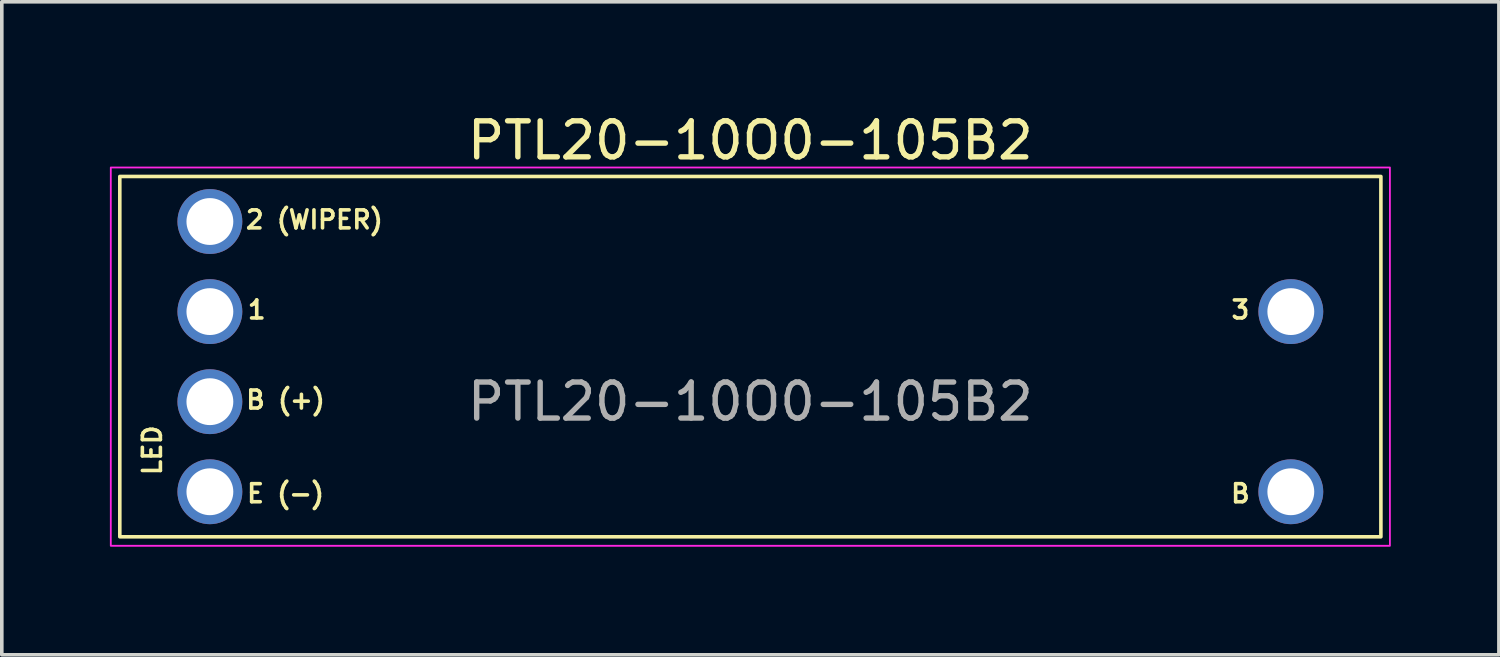
<source format=kicad_pcb>
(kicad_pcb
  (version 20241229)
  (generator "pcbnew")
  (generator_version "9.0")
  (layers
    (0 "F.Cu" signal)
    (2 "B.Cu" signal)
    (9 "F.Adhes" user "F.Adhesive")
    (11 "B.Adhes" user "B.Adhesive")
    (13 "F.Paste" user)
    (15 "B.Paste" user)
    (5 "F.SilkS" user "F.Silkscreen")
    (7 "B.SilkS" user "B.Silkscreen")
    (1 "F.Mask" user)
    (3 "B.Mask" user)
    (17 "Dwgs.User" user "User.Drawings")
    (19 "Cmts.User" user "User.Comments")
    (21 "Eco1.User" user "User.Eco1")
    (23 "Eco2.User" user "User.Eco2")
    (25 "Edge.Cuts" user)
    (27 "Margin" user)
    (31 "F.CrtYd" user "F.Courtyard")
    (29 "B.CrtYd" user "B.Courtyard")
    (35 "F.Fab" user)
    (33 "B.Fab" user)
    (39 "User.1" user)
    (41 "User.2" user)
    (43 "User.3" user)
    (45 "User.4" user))
  (footprint "PTL20-10O0-105B2"
    (layer "F.Cu")
    (at 17.775 6.848)
    (property "Reference" "PTL20-10O0-105B2" (at 0 -6 0) (unlocked yes) (layer "F.SilkS") (effects (font (size 1 1) (thickness 0.15))))
    (attr through_hole)
    (fp_rect (start -17.5 -5) (end 17.5 5) (stroke (width 0.1) (type default)) (fill no) (layer "F.SilkS"))
    (fp_rect (start -17.75 -5.25) (end 17.75 5.25) (stroke (width 0.05) (type default)) (fill no) (layer "F.CrtYd"))
    (fp_text user "3" (at 13.6 -1.3 0) (unlocked yes) (layer "F.SilkS") (effects (font (size 0.5 0.5) (thickness 0.1) (bold yes))))
    (fp_text user "E (-)" (at -12.9 3.8 0) (unlocked yes) (layer "F.SilkS") (effects (font (size 0.5 0.5) (thickness 0.1))))
    (fp_text user "1" (at -13.7 -1.3 0) (unlocked yes) (layer "F.SilkS") (effects (font (size 0.5 0.5) (thickness 0.1) (bold yes))))
    (fp_text user "LED" (at -16.6 2.6 90) (unlocked yes) (layer "F.SilkS") (effects (font (size 0.5 0.5) (thickness 0.1) (bold yes))))
    (fp_text user "B (+)" (at -12.9 1.2 0) (unlocked yes) (layer "F.SilkS") (effects (font (size 0.5 0.5) (thickness 0.1))))
    (fp_text user "B" (at 13.6 3.8 0) (unlocked yes) (layer "F.SilkS") (effects (font (size 0.5 0.5) (thickness 0.1) (bold yes))))
    (fp_text user "2 (WIPER)" (at -12.1 -3.8 0) (unlocked yes) (layer "F.SilkS") (effects (font (size 0.5 0.5) (thickness 0.1))))
    (fp_text user "${REFERENCE}" (at 0 1.25 0) (unlocked yes) (layer "F.Fab") (effects (font (size 1 1) (thickness 0.15))))
    (pad "1" thru_hole circle (at -15 -1.25) (size 1.8 1.8) (drill 1.3) (layers "*.Cu" "*.Mask"))
    (pad "2" thru_hole circle (at -15 -3.75) (size 1.8 1.8) (drill 1.3) (layers "*.Cu" "*.Mask"))
    (pad "3" thru_hole circle (at 15 -1.25) (size 1.8 1.8) (drill 1.3) (layers "*.Cu" "*.Mask"))
    (pad "B" thru_hole circle (at 15 3.75) (size 1.8 1.8) (drill 1.3) (layers "*.Cu" "*.Mask"))
    (pad "E" thru_hole circle (at -15 3.75) (size 1.8 1.8) (drill 1.3) (layers "*.Cu" "*.Mask"))
    (pad "L" thru_hole circle (at -15 1.25) (size 1.8 1.8) (drill 1.3) (layers "*.Cu" "*.Mask")))
  (gr_rect
    (start -3 -3)
    (end 38.55 15.123)
    (stroke (width 0.1) (type default))
    (fill no)
    (layer "Edge.Cuts")))
</source>
